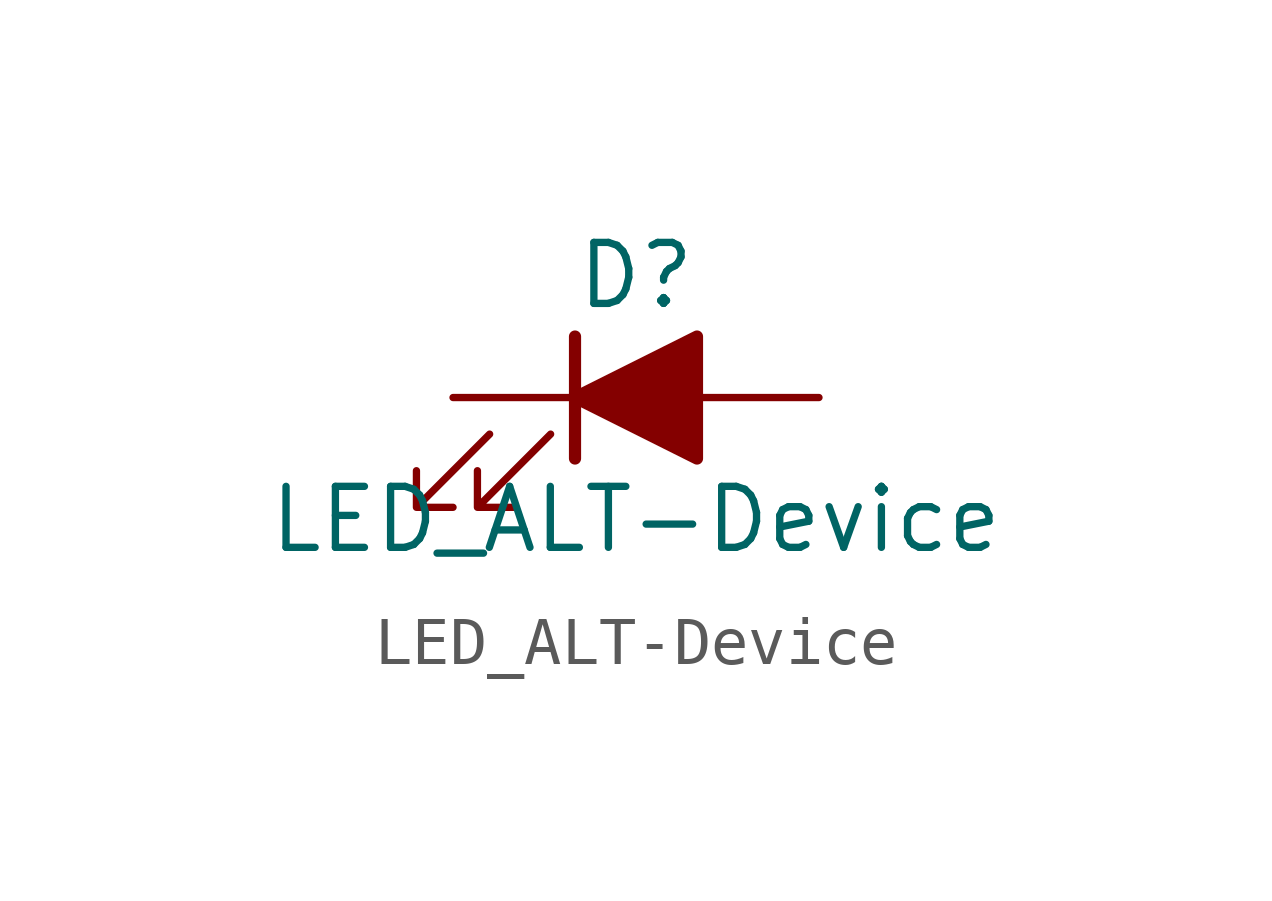
<source format=kicad_sym>
(kicad_symbol_lib
  (version 20211014)
  (generator kicad_symbol_editor)
  (symbol "LED_ALT-Device"
    (pin_numbers hide)
    (pin_names
      (offset 1.016) hide)
    (property "Reference" "D"
      (at 0 2.54 0)
      (effects (font (size 1.27 1.27))))
    (property "Value" "LED_ALT-Device"
      (at 0 -2.54 0)
      (effects (font (size 1.27 1.27))))
    (symbol "LED_ALT-Device_0_1"
      (polyline (pts (xy -1.27 -1.27) (xy -1.27 1.27)) (stroke (width 0.254) (type default) (color 0 0 0 0)) (fill (type none)))
      (polyline (pts (xy -1.27 0) (xy 1.27 0)) (stroke (width 0) (type default) (color 0 0 0 0)) (fill (type none)))
      (polyline (pts (xy 1.27 -1.27) (xy 1.27 1.27) (xy -1.27 0) (xy 1.27 -1.27)) (stroke (width 0.254) (type default) (color 0 0 0 0)) (fill (type outline)))
      (polyline (pts (xy -3.048 -0.762) (xy -4.572 -2.286) (xy -3.81 -2.286) (xy -4.572 -2.286) (xy -4.572 -1.524)) (stroke (width 0) (type default) (color 0 0 0 0)) (fill (type none)))
      (polyline (pts (xy -1.778 -0.762) (xy -3.302 -2.286) (xy -2.54 -2.286) (xy -3.302 -2.286) (xy -3.302 -1.524)) (stroke (width 0) (type default) (color 0 0 0 0)) (fill (type none))))
    (symbol "LED_ALT-Device_1_1"
      (pin passive line (at -3.81 0 0) (length 2.54) (name "K" (effects (font (size 1.27 1.27)))) (number "1" (effects (font (size 1.27 1.27)))))
      (pin passive line (at 3.81 0 180) (length 2.54) (name "A" (effects (font (size 1.27 1.27)))) (number "2" (effects (font (size 1.27 1.27))))))))
</source>
